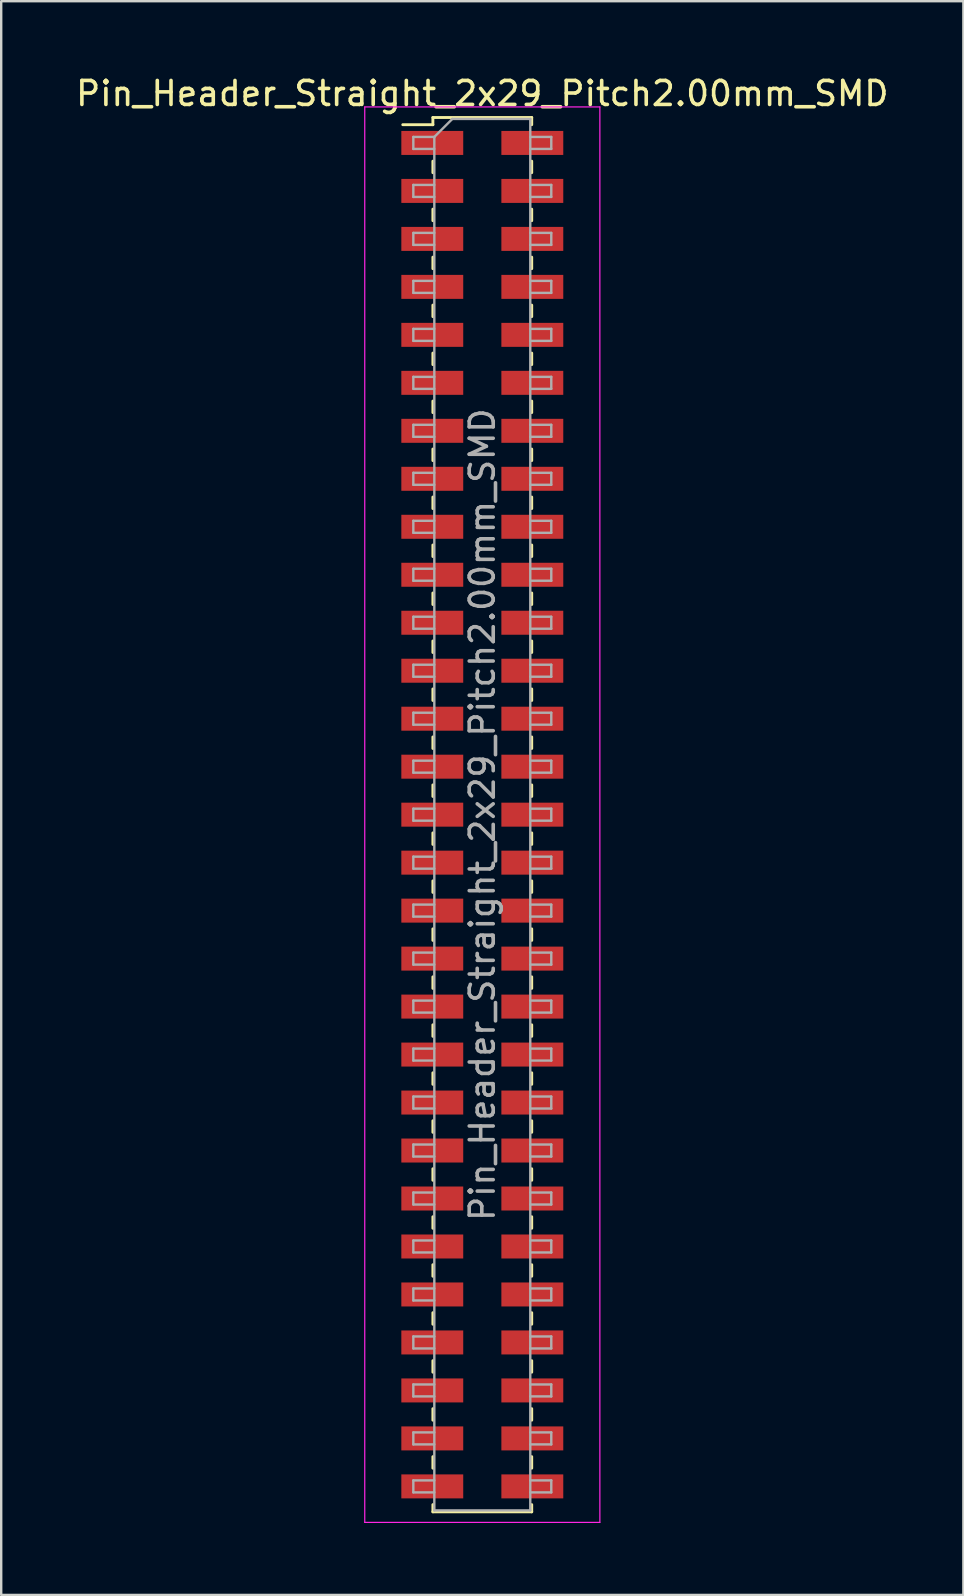
<source format=kicad_pcb>
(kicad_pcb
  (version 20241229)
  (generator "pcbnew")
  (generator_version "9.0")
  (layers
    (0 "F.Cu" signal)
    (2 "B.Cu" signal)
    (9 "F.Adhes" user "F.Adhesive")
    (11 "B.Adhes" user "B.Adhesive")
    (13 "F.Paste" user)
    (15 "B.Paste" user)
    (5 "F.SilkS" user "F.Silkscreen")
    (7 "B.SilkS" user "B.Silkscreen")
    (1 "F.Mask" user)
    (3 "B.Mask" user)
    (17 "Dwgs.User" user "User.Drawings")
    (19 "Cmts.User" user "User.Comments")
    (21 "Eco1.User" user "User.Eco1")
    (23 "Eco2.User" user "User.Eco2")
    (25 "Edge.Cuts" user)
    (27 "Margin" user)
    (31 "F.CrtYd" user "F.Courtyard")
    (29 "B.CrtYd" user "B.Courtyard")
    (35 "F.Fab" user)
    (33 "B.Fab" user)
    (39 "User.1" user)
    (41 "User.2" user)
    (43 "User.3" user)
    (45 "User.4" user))
  (footprint "Pin_Header_Straight_2x29_Pitch2.00mm_SMD"
    (layer "F.Cu")
    (at 17.054 30.908)
    (property "Reference" "Pin_Header_Straight_2x29_Pitch2.00mm_SMD" (at 0 -30.06 0) (layer "F.SilkS") (effects (font (size 1 1) (thickness 0.15))))
    (attr smd)
    (fp_line (start -3.315 -28.76) (end -2.06 -28.76) (stroke (width 0.12) (type solid)) (layer "F.SilkS"))
    (fp_line (start -2.06 -29.06) (end -2.06 -28.76) (stroke (width 0.12) (type solid)) (layer "F.SilkS"))
    (fp_line (start -2.06 -29.06) (end 2.06 -29.06) (stroke (width 0.12) (type solid)) (layer "F.SilkS"))
    (fp_line (start -2.06 -27.24) (end -2.06 -26.76) (stroke (width 0.12) (type solid)) (layer "F.SilkS"))
    (fp_line (start -2.06 -25.24) (end -2.06 -24.76) (stroke (width 0.12) (type solid)) (layer "F.SilkS"))
    (fp_line (start -2.06 -23.24) (end -2.06 -22.76) (stroke (width 0.12) (type solid)) (layer "F.SilkS"))
    (fp_line (start -2.06 -21.24) (end -2.06 -20.76) (stroke (width 0.12) (type solid)) (layer "F.SilkS"))
    (fp_line (start -2.06 -19.24) (end -2.06 -18.76) (stroke (width 0.12) (type solid)) (layer "F.SilkS"))
    (fp_line (start -2.06 -17.24) (end -2.06 -16.76) (stroke (width 0.12) (type solid)) (layer "F.SilkS"))
    (fp_line (start -2.06 -15.24) (end -2.06 -14.76) (stroke (width 0.12) (type solid)) (layer "F.SilkS"))
    (fp_line (start -2.06 -13.24) (end -2.06 -12.76) (stroke (width 0.12) (type solid)) (layer "F.SilkS"))
    (fp_line (start -2.06 -11.24) (end -2.06 -10.76) (stroke (width 0.12) (type solid)) (layer "F.SilkS"))
    (fp_line (start -2.06 -9.24) (end -2.06 -8.76) (stroke (width 0.12) (type solid)) (layer "F.SilkS"))
    (fp_line (start -2.06 -7.24) (end -2.06 -6.76) (stroke (width 0.12) (type solid)) (layer "F.SilkS"))
    (fp_line (start -2.06 -5.24) (end -2.06 -4.76) (stroke (width 0.12) (type solid)) (layer "F.SilkS"))
    (fp_line (start -2.06 -3.24) (end -2.06 -2.76) (stroke (width 0.12) (type solid)) (layer "F.SilkS"))
    (fp_line (start -2.06 -1.24) (end -2.06 -0.76) (stroke (width 0.12) (type solid)) (layer "F.SilkS"))
    (fp_line (start -2.06 0.76) (end -2.06 1.24) (stroke (width 0.12) (type solid)) (layer "F.SilkS"))
    (fp_line (start -2.06 2.76) (end -2.06 3.24) (stroke (width 0.12) (type solid)) (layer "F.SilkS"))
    (fp_line (start -2.06 4.76) (end -2.06 5.24) (stroke (width 0.12) (type solid)) (layer "F.SilkS"))
    (fp_line (start -2.06 6.76) (end -2.06 7.24) (stroke (width 0.12) (type solid)) (layer "F.SilkS"))
    (fp_line (start -2.06 8.76) (end -2.06 9.24) (stroke (width 0.12) (type solid)) (layer "F.SilkS"))
    (fp_line (start -2.06 10.76) (end -2.06 11.24) (stroke (width 0.12) (type solid)) (layer "F.SilkS"))
    (fp_line (start -2.06 12.76) (end -2.06 13.24) (stroke (width 0.12) (type solid)) (layer "F.SilkS"))
    (fp_line (start -2.06 14.76) (end -2.06 15.24) (stroke (width 0.12) (type solid)) (layer "F.SilkS"))
    (fp_line (start -2.06 16.76) (end -2.06 17.24) (stroke (width 0.12) (type solid)) (layer "F.SilkS"))
    (fp_line (start -2.06 18.76) (end -2.06 19.24) (stroke (width 0.12) (type solid)) (layer "F.SilkS"))
    (fp_line (start -2.06 20.76) (end -2.06 21.24) (stroke (width 0.12) (type solid)) (layer "F.SilkS"))
    (fp_line (start -2.06 22.76) (end -2.06 23.24) (stroke (width 0.12) (type solid)) (layer "F.SilkS"))
    (fp_line (start -2.06 24.76) (end -2.06 25.24) (stroke (width 0.12) (type solid)) (layer "F.SilkS"))
    (fp_line (start -2.06 26.76) (end -2.06 27.24) (stroke (width 0.12) (type solid)) (layer "F.SilkS"))
    (fp_line (start -2.06 28.76) (end -2.06 29.06) (stroke (width 0.12) (type solid)) (layer "F.SilkS"))
    (fp_line (start -2.06 29.06) (end 2.06 29.06) (stroke (width 0.12) (type solid)) (layer "F.SilkS"))
    (fp_line (start 2.06 -29.06) (end 2.06 -28.76) (stroke (width 0.12) (type solid)) (layer "F.SilkS"))
    (fp_line (start 2.06 -27.24) (end 2.06 -26.76) (stroke (width 0.12) (type solid)) (layer "F.SilkS"))
    (fp_line (start 2.06 -25.24) (end 2.06 -24.76) (stroke (width 0.12) (type solid)) (layer "F.SilkS"))
    (fp_line (start 2.06 -23.24) (end 2.06 -22.76) (stroke (width 0.12) (type solid)) (layer "F.SilkS"))
    (fp_line (start 2.06 -21.24) (end 2.06 -20.76) (stroke (width 0.12) (type solid)) (layer "F.SilkS"))
    (fp_line (start 2.06 -19.24) (end 2.06 -18.76) (stroke (width 0.12) (type solid)) (layer "F.SilkS"))
    (fp_line (start 2.06 -17.24) (end 2.06 -16.76) (stroke (width 0.12) (type solid)) (layer "F.SilkS"))
    (fp_line (start 2.06 -15.24) (end 2.06 -14.76) (stroke (width 0.12) (type solid)) (layer "F.SilkS"))
    (fp_line (start 2.06 -13.24) (end 2.06 -12.76) (stroke (width 0.12) (type solid)) (layer "F.SilkS"))
    (fp_line (start 2.06 -11.24) (end 2.06 -10.76) (stroke (width 0.12) (type solid)) (layer "F.SilkS"))
    (fp_line (start 2.06 -9.24) (end 2.06 -8.76) (stroke (width 0.12) (type solid)) (layer "F.SilkS"))
    (fp_line (start 2.06 -7.24) (end 2.06 -6.76) (stroke (width 0.12) (type solid)) (layer "F.SilkS"))
    (fp_line (start 2.06 -5.24) (end 2.06 -4.76) (stroke (width 0.12) (type solid)) (layer "F.SilkS"))
    (fp_line (start 2.06 -3.24) (end 2.06 -2.76) (stroke (width 0.12) (type solid)) (layer "F.SilkS"))
    (fp_line (start 2.06 -1.24) (end 2.06 -0.76) (stroke (width 0.12) (type solid)) (layer "F.SilkS"))
    (fp_line (start 2.06 0.76) (end 2.06 1.24) (stroke (width 0.12) (type solid)) (layer "F.SilkS"))
    (fp_line (start 2.06 2.76) (end 2.06 3.24) (stroke (width 0.12) (type solid)) (layer "F.SilkS"))
    (fp_line (start 2.06 4.76) (end 2.06 5.24) (stroke (width 0.12) (type solid)) (layer "F.SilkS"))
    (fp_line (start 2.06 6.76) (end 2.06 7.24) (stroke (width 0.12) (type solid)) (layer "F.SilkS"))
    (fp_line (start 2.06 8.76) (end 2.06 9.24) (stroke (width 0.12) (type solid)) (layer "F.SilkS"))
    (fp_line (start 2.06 10.76) (end 2.06 11.24) (stroke (width 0.12) (type solid)) (layer "F.SilkS"))
    (fp_line (start 2.06 12.76) (end 2.06 13.24) (stroke (width 0.12) (type solid)) (layer "F.SilkS"))
    (fp_line (start 2.06 14.76) (end 2.06 15.24) (stroke (width 0.12) (type solid)) (layer "F.SilkS"))
    (fp_line (start 2.06 16.76) (end 2.06 17.24) (stroke (width 0.12) (type solid)) (layer "F.SilkS"))
    (fp_line (start 2.06 18.76) (end 2.06 19.24) (stroke (width 0.12) (type solid)) (layer "F.SilkS"))
    (fp_line (start 2.06 20.76) (end 2.06 21.24) (stroke (width 0.12) (type solid)) (layer "F.SilkS"))
    (fp_line (start 2.06 22.76) (end 2.06 23.24) (stroke (width 0.12) (type solid)) (layer "F.SilkS"))
    (fp_line (start 2.06 24.76) (end 2.06 25.24) (stroke (width 0.12) (type solid)) (layer "F.SilkS"))
    (fp_line (start 2.06 26.76) (end 2.06 27.24) (stroke (width 0.12) (type solid)) (layer "F.SilkS"))
    (fp_line (start 2.06 28.76) (end 2.06 29.06) (stroke (width 0.12) (type solid)) (layer "F.SilkS"))
    (fp_line (start -4.9 -29.5) (end -4.9 29.5) (stroke (width 0.05) (type solid)) (layer "F.CrtYd"))
    (fp_line (start -4.9 29.5) (end 4.9 29.5) (stroke (width 0.05) (type solid)) (layer "F.CrtYd"))
    (fp_line (start 4.9 -29.5) (end -4.9 -29.5) (stroke (width 0.05) (type solid)) (layer "F.CrtYd"))
    (fp_line (start 4.9 29.5) (end 4.9 -29.5) (stroke (width 0.05) (type solid)) (layer "F.CrtYd"))
    (fp_line (start -2.875 -28.25) (end -2.875 -27.75) (stroke (width 0.1) (type solid)) (layer "F.Fab"))
    (fp_line (start -2.875 -27.75) (end -2 -27.75) (stroke (width 0.1) (type solid)) (layer "F.Fab"))
    (fp_line (start -2.875 -26.25) (end -2.875 -25.75) (stroke (width 0.1) (type solid)) (layer "F.Fab"))
    (fp_line (start -2.875 -25.75) (end -2 -25.75) (stroke (width 0.1) (type solid)) (layer "F.Fab"))
    (fp_line (start -2.875 -24.25) (end -2.875 -23.75) (stroke (width 0.1) (type solid)) (layer "F.Fab"))
    (fp_line (start -2.875 -23.75) (end -2 -23.75) (stroke (width 0.1) (type solid)) (layer "F.Fab"))
    (fp_line (start -2.875 -22.25) (end -2.875 -21.75) (stroke (width 0.1) (type solid)) (layer "F.Fab"))
    (fp_line (start -2.875 -21.75) (end -2 -21.75) (stroke (width 0.1) (type solid)) (layer "F.Fab"))
    (fp_line (start -2.875 -20.25) (end -2.875 -19.75) (stroke (width 0.1) (type solid)) (layer "F.Fab"))
    (fp_line (start -2.875 -19.75) (end -2 -19.75) (stroke (width 0.1) (type solid)) (layer "F.Fab"))
    (fp_line (start -2.875 -18.25) (end -2.875 -17.75) (stroke (width 0.1) (type solid)) (layer "F.Fab"))
    (fp_line (start -2.875 -17.75) (end -2 -17.75) (stroke (width 0.1) (type solid)) (layer "F.Fab"))
    (fp_line (start -2.875 -16.25) (end -2.875 -15.75) (stroke (width 0.1) (type solid)) (layer "F.Fab"))
    (fp_line (start -2.875 -15.75) (end -2 -15.75) (stroke (width 0.1) (type solid)) (layer "F.Fab"))
    (fp_line (start -2.875 -14.25) (end -2.875 -13.75) (stroke (width 0.1) (type solid)) (layer "F.Fab"))
    (fp_line (start -2.875 -13.75) (end -2 -13.75) (stroke (width 0.1) (type solid)) (layer "F.Fab"))
    (fp_line (start -2.875 -12.25) (end -2.875 -11.75) (stroke (width 0.1) (type solid)) (layer "F.Fab"))
    (fp_line (start -2.875 -11.75) (end -2 -11.75) (stroke (width 0.1) (type solid)) (layer "F.Fab"))
    (fp_line (start -2.875 -10.25) (end -2.875 -9.75) (stroke (width 0.1) (type solid)) (layer "F.Fab"))
    (fp_line (start -2.875 -9.75) (end -2 -9.75) (stroke (width 0.1) (type solid)) (layer "F.Fab"))
    (fp_line (start -2.875 -8.25) (end -2.875 -7.75) (stroke (width 0.1) (type solid)) (layer "F.Fab"))
    (fp_line (start -2.875 -7.75) (end -2 -7.75) (stroke (width 0.1) (type solid)) (layer "F.Fab"))
    (fp_line (start -2.875 -6.25) (end -2.875 -5.75) (stroke (width 0.1) (type solid)) (layer "F.Fab"))
    (fp_line (start -2.875 -5.75) (end -2 -5.75) (stroke (width 0.1) (type solid)) (layer "F.Fab"))
    (fp_line (start -2.875 -4.25) (end -2.875 -3.75) (stroke (width 0.1) (type solid)) (layer "F.Fab"))
    (fp_line (start -2.875 -3.75) (end -2 -3.75) (stroke (width 0.1) (type solid)) (layer "F.Fab"))
    (fp_line (start -2.875 -2.25) (end -2.875 -1.75) (stroke (width 0.1) (type solid)) (layer "F.Fab"))
    (fp_line (start -2.875 -1.75) (end -2 -1.75) (stroke (width 0.1) (type solid)) (layer "F.Fab"))
    (fp_line (start -2.875 -0.25) (end -2.875 0.25) (stroke (width 0.1) (type solid)) (layer "F.Fab"))
    (fp_line (start -2.875 0.25) (end -2 0.25) (stroke (width 0.1) (type solid)) (layer "F.Fab"))
    (fp_line (start -2.875 1.75) (end -2.875 2.25) (stroke (width 0.1) (type solid)) (layer "F.Fab"))
    (fp_line (start -2.875 2.25) (end -2 2.25) (stroke (width 0.1) (type solid)) (layer "F.Fab"))
    (fp_line (start -2.875 3.75) (end -2.875 4.25) (stroke (width 0.1) (type solid)) (layer "F.Fab"))
    (fp_line (start -2.875 4.25) (end -2 4.25) (stroke (width 0.1) (type solid)) (layer "F.Fab"))
    (fp_line (start -2.875 5.75) (end -2.875 6.25) (stroke (width 0.1) (type solid)) (layer "F.Fab"))
    (fp_line (start -2.875 6.25) (end -2 6.25) (stroke (width 0.1) (type solid)) (layer "F.Fab"))
    (fp_line (start -2.875 7.75) (end -2.875 8.25) (stroke (width 0.1) (type solid)) (layer "F.Fab"))
    (fp_line (start -2.875 8.25) (end -2 8.25) (stroke (width 0.1) (type solid)) (layer "F.Fab"))
    (fp_line (start -2.875 9.75) (end -2.875 10.25) (stroke (width 0.1) (type solid)) (layer "F.Fab"))
    (fp_line (start -2.875 10.25) (end -2 10.25) (stroke (width 0.1) (type solid)) (layer "F.Fab"))
    (fp_line (start -2.875 11.75) (end -2.875 12.25) (stroke (width 0.1) (type solid)) (layer "F.Fab"))
    (fp_line (start -2.875 12.25) (end -2 12.25) (stroke (width 0.1) (type solid)) (layer "F.Fab"))
    (fp_line (start -2.875 13.75) (end -2.875 14.25) (stroke (width 0.1) (type solid)) (layer "F.Fab"))
    (fp_line (start -2.875 14.25) (end -2 14.25) (stroke (width 0.1) (type solid)) (layer "F.Fab"))
    (fp_line (start -2.875 15.75) (end -2.875 16.25) (stroke (width 0.1) (type solid)) (layer "F.Fab"))
    (fp_line (start -2.875 16.25) (end -2 16.25) (stroke (width 0.1) (type solid)) (layer "F.Fab"))
    (fp_line (start -2.875 17.75) (end -2.875 18.25) (stroke (width 0.1) (type solid)) (layer "F.Fab"))
    (fp_line (start -2.875 18.25) (end -2 18.25) (stroke (width 0.1) (type solid)) (layer "F.Fab"))
    (fp_line (start -2.875 19.75) (end -2.875 20.25) (stroke (width 0.1) (type solid)) (layer "F.Fab"))
    (fp_line (start -2.875 20.25) (end -2 20.25) (stroke (width 0.1) (type solid)) (layer "F.Fab"))
    (fp_line (start -2.875 21.75) (end -2.875 22.25) (stroke (width 0.1) (type solid)) (layer "F.Fab"))
    (fp_line (start -2.875 22.25) (end -2 22.25) (stroke (width 0.1) (type solid)) (layer "F.Fab"))
    (fp_line (start -2.875 23.75) (end -2.875 24.25) (stroke (width 0.1) (type solid)) (layer "F.Fab"))
    (fp_line (start -2.875 24.25) (end -2 24.25) (stroke (width 0.1) (type solid)) (layer "F.Fab"))
    (fp_line (start -2.875 25.75) (end -2.875 26.25) (stroke (width 0.1) (type solid)) (layer "F.Fab"))
    (fp_line (start -2.875 26.25) (end -2 26.25) (stroke (width 0.1) (type solid)) (layer "F.Fab"))
    (fp_line (start -2.875 27.75) (end -2.875 28.25) (stroke (width 0.1) (type solid)) (layer "F.Fab"))
    (fp_line (start -2.875 28.25) (end -2 28.25) (stroke (width 0.1) (type solid)) (layer "F.Fab"))
    (fp_line (start -2 -28.25) (end -2.875 -28.25) (stroke (width 0.1) (type solid)) (layer "F.Fab"))
    (fp_line (start -2 -28.25) (end -1.25 -29) (stroke (width 0.1) (type solid)) (layer "F.Fab"))
    (fp_line (start -2 -26.25) (end -2.875 -26.25) (stroke (width 0.1) (type solid)) (layer "F.Fab"))
    (fp_line (start -2 -24.25) (end -2.875 -24.25) (stroke (width 0.1) (type solid)) (layer "F.Fab"))
    (fp_line (start -2 -22.25) (end -2.875 -22.25) (stroke (width 0.1) (type solid)) (layer "F.Fab"))
    (fp_line (start -2 -20.25) (end -2.875 -20.25) (stroke (width 0.1) (type solid)) (layer "F.Fab"))
    (fp_line (start -2 -18.25) (end -2.875 -18.25) (stroke (width 0.1) (type solid)) (layer "F.Fab"))
    (fp_line (start -2 -16.25) (end -2.875 -16.25) (stroke (width 0.1) (type solid)) (layer "F.Fab"))
    (fp_line (start -2 -14.25) (end -2.875 -14.25) (stroke (width 0.1) (type solid)) (layer "F.Fab"))
    (fp_line (start -2 -12.25) (end -2.875 -12.25) (stroke (width 0.1) (type solid)) (layer "F.Fab"))
    (fp_line (start -2 -10.25) (end -2.875 -10.25) (stroke (width 0.1) (type solid)) (layer "F.Fab"))
    (fp_line (start -2 -8.25) (end -2.875 -8.25) (stroke (width 0.1) (type solid)) (layer "F.Fab"))
    (fp_line (start -2 -6.25) (end -2.875 -6.25) (stroke (width 0.1) (type solid)) (layer "F.Fab"))
    (fp_line (start -2 -4.25) (end -2.875 -4.25) (stroke (width 0.1) (type solid)) (layer "F.Fab"))
    (fp_line (start -2 -2.25) (end -2.875 -2.25) (stroke (width 0.1) (type solid)) (layer "F.Fab"))
    (fp_line (start -2 -0.25) (end -2.875 -0.25) (stroke (width 0.1) (type solid)) (layer "F.Fab"))
    (fp_line (start -2 1.75) (end -2.875 1.75) (stroke (width 0.1) (type solid)) (layer "F.Fab"))
    (fp_line (start -2 3.75) (end -2.875 3.75) (stroke (width 0.1) (type solid)) (layer "F.Fab"))
    (fp_line (start -2 5.75) (end -2.875 5.75) (stroke (width 0.1) (type solid)) (layer "F.Fab"))
    (fp_line (start -2 7.75) (end -2.875 7.75) (stroke (width 0.1) (type solid)) (layer "F.Fab"))
    (fp_line (start -2 9.75) (end -2.875 9.75) (stroke (width 0.1) (type solid)) (layer "F.Fab"))
    (fp_line (start -2 11.75) (end -2.875 11.75) (stroke (width 0.1) (type solid)) (layer "F.Fab"))
    (fp_line (start -2 13.75) (end -2.875 13.75) (stroke (width 0.1) (type solid)) (layer "F.Fab"))
    (fp_line (start -2 15.75) (end -2.875 15.75) (stroke (width 0.1) (type solid)) (layer "F.Fab"))
    (fp_line (start -2 17.75) (end -2.875 17.75) (stroke (width 0.1) (type solid)) (layer "F.Fab"))
    (fp_line (start -2 19.75) (end -2.875 19.75) (stroke (width 0.1) (type solid)) (layer "F.Fab"))
    (fp_line (start -2 21.75) (end -2.875 21.75) (stroke (width 0.1) (type solid)) (layer "F.Fab"))
    (fp_line (start -2 23.75) (end -2.875 23.75) (stroke (width 0.1) (type solid)) (layer "F.Fab"))
    (fp_line (start -2 25.75) (end -2.875 25.75) (stroke (width 0.1) (type solid)) (layer "F.Fab"))
    (fp_line (start -2 27.75) (end -2.875 27.75) (stroke (width 0.1) (type solid)) (layer "F.Fab"))
    (fp_line (start -2 29) (end -2 -28.25) (stroke (width 0.1) (type solid)) (layer "F.Fab"))
    (fp_line (start -1.25 -29) (end 2 -29) (stroke (width 0.1) (type solid)) (layer "F.Fab"))
    (fp_line (start 2 -29) (end 2 29) (stroke (width 0.1) (type solid)) (layer "F.Fab"))
    (fp_line (start 2 -28.25) (end 2.875 -28.25) (stroke (width 0.1) (type solid)) (layer "F.Fab"))
    (fp_line (start 2 -26.25) (end 2.875 -26.25) (stroke (width 0.1) (type solid)) (layer "F.Fab"))
    (fp_line (start 2 -24.25) (end 2.875 -24.25) (stroke (width 0.1) (type solid)) (layer "F.Fab"))
    (fp_line (start 2 -22.25) (end 2.875 -22.25) (stroke (width 0.1) (type solid)) (layer "F.Fab"))
    (fp_line (start 2 -20.25) (end 2.875 -20.25) (stroke (width 0.1) (type solid)) (layer "F.Fab"))
    (fp_line (start 2 -18.25) (end 2.875 -18.25) (stroke (width 0.1) (type solid)) (layer "F.Fab"))
    (fp_line (start 2 -16.25) (end 2.875 -16.25) (stroke (width 0.1) (type solid)) (layer "F.Fab"))
    (fp_line (start 2 -14.25) (end 2.875 -14.25) (stroke (width 0.1) (type solid)) (layer "F.Fab"))
    (fp_line (start 2 -12.25) (end 2.875 -12.25) (stroke (width 0.1) (type solid)) (layer "F.Fab"))
    (fp_line (start 2 -10.25) (end 2.875 -10.25) (stroke (width 0.1) (type solid)) (layer "F.Fab"))
    (fp_line (start 2 -8.25) (end 2.875 -8.25) (stroke (width 0.1) (type solid)) (layer "F.Fab"))
    (fp_line (start 2 -6.25) (end 2.875 -6.25) (stroke (width 0.1) (type solid)) (layer "F.Fab"))
    (fp_line (start 2 -4.25) (end 2.875 -4.25) (stroke (width 0.1) (type solid)) (layer "F.Fab"))
    (fp_line (start 2 -2.25) (end 2.875 -2.25) (stroke (width 0.1) (type solid)) (layer "F.Fab"))
    (fp_line (start 2 -0.25) (end 2.875 -0.25) (stroke (width 0.1) (type solid)) (layer "F.Fab"))
    (fp_line (start 2 1.75) (end 2.875 1.75) (stroke (width 0.1) (type solid)) (layer "F.Fab"))
    (fp_line (start 2 3.75) (end 2.875 3.75) (stroke (width 0.1) (type solid)) (layer "F.Fab"))
    (fp_line (start 2 5.75) (end 2.875 5.75) (stroke (width 0.1) (type solid)) (layer "F.Fab"))
    (fp_line (start 2 7.75) (end 2.875 7.75) (stroke (width 0.1) (type solid)) (layer "F.Fab"))
    (fp_line (start 2 9.75) (end 2.875 9.75) (stroke (width 0.1) (type solid)) (layer "F.Fab"))
    (fp_line (start 2 11.75) (end 2.875 11.75) (stroke (width 0.1) (type solid)) (layer "F.Fab"))
    (fp_line (start 2 13.75) (end 2.875 13.75) (stroke (width 0.1) (type solid)) (layer "F.Fab"))
    (fp_line (start 2 15.75) (end 2.875 15.75) (stroke (width 0.1) (type solid)) (layer "F.Fab"))
    (fp_line (start 2 17.75) (end 2.875 17.75) (stroke (width 0.1) (type solid)) (layer "F.Fab"))
    (fp_line (start 2 19.75) (end 2.875 19.75) (stroke (width 0.1) (type solid)) (layer "F.Fab"))
    (fp_line (start 2 21.75) (end 2.875 21.75) (stroke (width 0.1) (type solid)) (layer "F.Fab"))
    (fp_line (start 2 23.75) (end 2.875 23.75) (stroke (width 0.1) (type solid)) (layer "F.Fab"))
    (fp_line (start 2 25.75) (end 2.875 25.75) (stroke (width 0.1) (type solid)) (layer "F.Fab"))
    (fp_line (start 2 27.75) (end 2.875 27.75) (stroke (width 0.1) (type solid)) (layer "F.Fab"))
    (fp_line (start 2 29) (end -2 29) (stroke (width 0.1) (type solid)) (layer "F.Fab"))
    (fp_line (start 2.875 -28.25) (end 2.875 -27.75) (stroke (width 0.1) (type solid)) (layer "F.Fab"))
    (fp_line (start 2.875 -27.75) (end 2 -27.75) (stroke (width 0.1) (type solid)) (layer "F.Fab"))
    (fp_line (start 2.875 -26.25) (end 2.875 -25.75) (stroke (width 0.1) (type solid)) (layer "F.Fab"))
    (fp_line (start 2.875 -25.75) (end 2 -25.75) (stroke (width 0.1) (type solid)) (layer "F.Fab"))
    (fp_line (start 2.875 -24.25) (end 2.875 -23.75) (stroke (width 0.1) (type solid)) (layer "F.Fab"))
    (fp_line (start 2.875 -23.75) (end 2 -23.75) (stroke (width 0.1) (type solid)) (layer "F.Fab"))
    (fp_line (start 2.875 -22.25) (end 2.875 -21.75) (stroke (width 0.1) (type solid)) (layer "F.Fab"))
    (fp_line (start 2.875 -21.75) (end 2 -21.75) (stroke (width 0.1) (type solid)) (layer "F.Fab"))
    (fp_line (start 2.875 -20.25) (end 2.875 -19.75) (stroke (width 0.1) (type solid)) (layer "F.Fab"))
    (fp_line (start 2.875 -19.75) (end 2 -19.75) (stroke (width 0.1) (type solid)) (layer "F.Fab"))
    (fp_line (start 2.875 -18.25) (end 2.875 -17.75) (stroke (width 0.1) (type solid)) (layer "F.Fab"))
    (fp_line (start 2.875 -17.75) (end 2 -17.75) (stroke (width 0.1) (type solid)) (layer "F.Fab"))
    (fp_line (start 2.875 -16.25) (end 2.875 -15.75) (stroke (width 0.1) (type solid)) (layer "F.Fab"))
    (fp_line (start 2.875 -15.75) (end 2 -15.75) (stroke (width 0.1) (type solid)) (layer "F.Fab"))
    (fp_line (start 2.875 -14.25) (end 2.875 -13.75) (stroke (width 0.1) (type solid)) (layer "F.Fab"))
    (fp_line (start 2.875 -13.75) (end 2 -13.75) (stroke (width 0.1) (type solid)) (layer "F.Fab"))
    (fp_line (start 2.875 -12.25) (end 2.875 -11.75) (stroke (width 0.1) (type solid)) (layer "F.Fab"))
    (fp_line (start 2.875 -11.75) (end 2 -11.75) (stroke (width 0.1) (type solid)) (layer "F.Fab"))
    (fp_line (start 2.875 -10.25) (end 2.875 -9.75) (stroke (width 0.1) (type solid)) (layer "F.Fab"))
    (fp_line (start 2.875 -9.75) (end 2 -9.75) (stroke (width 0.1) (type solid)) (layer "F.Fab"))
    (fp_line (start 2.875 -8.25) (end 2.875 -7.75) (stroke (width 0.1) (type solid)) (layer "F.Fab"))
    (fp_line (start 2.875 -7.75) (end 2 -7.75) (stroke (width 0.1) (type solid)) (layer "F.Fab"))
    (fp_line (start 2.875 -6.25) (end 2.875 -5.75) (stroke (width 0.1) (type solid)) (layer "F.Fab"))
    (fp_line (start 2.875 -5.75) (end 2 -5.75) (stroke (width 0.1) (type solid)) (layer "F.Fab"))
    (fp_line (start 2.875 -4.25) (end 2.875 -3.75) (stroke (width 0.1) (type solid)) (layer "F.Fab"))
    (fp_line (start 2.875 -3.75) (end 2 -3.75) (stroke (width 0.1) (type solid)) (layer "F.Fab"))
    (fp_line (start 2.875 -2.25) (end 2.875 -1.75) (stroke (width 0.1) (type solid)) (layer "F.Fab"))
    (fp_line (start 2.875 -1.75) (end 2 -1.75) (stroke (width 0.1) (type solid)) (layer "F.Fab"))
    (fp_line (start 2.875 -0.25) (end 2.875 0.25) (stroke (width 0.1) (type solid)) (layer "F.Fab"))
    (fp_line (start 2.875 0.25) (end 2 0.25) (stroke (width 0.1) (type solid)) (layer "F.Fab"))
    (fp_line (start 2.875 1.75) (end 2.875 2.25) (stroke (width 0.1) (type solid)) (layer "F.Fab"))
    (fp_line (start 2.875 2.25) (end 2 2.25) (stroke (width 0.1) (type solid)) (layer "F.Fab"))
    (fp_line (start 2.875 3.75) (end 2.875 4.25) (stroke (width 0.1) (type solid)) (layer "F.Fab"))
    (fp_line (start 2.875 4.25) (end 2 4.25) (stroke (width 0.1) (type solid)) (layer "F.Fab"))
    (fp_line (start 2.875 5.75) (end 2.875 6.25) (stroke (width 0.1) (type solid)) (layer "F.Fab"))
    (fp_line (start 2.875 6.25) (end 2 6.25) (stroke (width 0.1) (type solid)) (layer "F.Fab"))
    (fp_line (start 2.875 7.75) (end 2.875 8.25) (stroke (width 0.1) (type solid)) (layer "F.Fab"))
    (fp_line (start 2.875 8.25) (end 2 8.25) (stroke (width 0.1) (type solid)) (layer "F.Fab"))
    (fp_line (start 2.875 9.75) (end 2.875 10.25) (stroke (width 0.1) (type solid)) (layer "F.Fab"))
    (fp_line (start 2.875 10.25) (end 2 10.25) (stroke (width 0.1) (type solid)) (layer "F.Fab"))
    (fp_line (start 2.875 11.75) (end 2.875 12.25) (stroke (width 0.1) (type solid)) (layer "F.Fab"))
    (fp_line (start 2.875 12.25) (end 2 12.25) (stroke (width 0.1) (type solid)) (layer "F.Fab"))
    (fp_line (start 2.875 13.75) (end 2.875 14.25) (stroke (width 0.1) (type solid)) (layer "F.Fab"))
    (fp_line (start 2.875 14.25) (end 2 14.25) (stroke (width 0.1) (type solid)) (layer "F.Fab"))
    (fp_line (start 2.875 15.75) (end 2.875 16.25) (stroke (width 0.1) (type solid)) (layer "F.Fab"))
    (fp_line (start 2.875 16.25) (end 2 16.25) (stroke (width 0.1) (type solid)) (layer "F.Fab"))
    (fp_line (start 2.875 17.75) (end 2.875 18.25) (stroke (width 0.1) (type solid)) (layer "F.Fab"))
    (fp_line (start 2.875 18.25) (end 2 18.25) (stroke (width 0.1) (type solid)) (layer "F.Fab"))
    (fp_line (start 2.875 19.75) (end 2.875 20.25) (stroke (width 0.1) (type solid)) (layer "F.Fab"))
    (fp_line (start 2.875 20.25) (end 2 20.25) (stroke (width 0.1) (type solid)) (layer "F.Fab"))
    (fp_line (start 2.875 21.75) (end 2.875 22.25) (stroke (width 0.1) (type solid)) (layer "F.Fab"))
    (fp_line (start 2.875 22.25) (end 2 22.25) (stroke (width 0.1) (type solid)) (layer "F.Fab"))
    (fp_line (start 2.875 23.75) (end 2.875 24.25) (stroke (width 0.1) (type solid)) (layer "F.Fab"))
    (fp_line (start 2.875 24.25) (end 2 24.25) (stroke (width 0.1) (type solid)) (layer "F.Fab"))
    (fp_line (start 2.875 25.75) (end 2.875 26.25) (stroke (width 0.1) (type solid)) (layer "F.Fab"))
    (fp_line (start 2.875 26.25) (end 2 26.25) (stroke (width 0.1) (type solid)) (layer "F.Fab"))
    (fp_line (start 2.875 27.75) (end 2.875 28.25) (stroke (width 0.1) (type solid)) (layer "F.Fab"))
    (fp_line (start 2.875 28.25) (end 2 28.25) (stroke (width 0.1) (type solid)) (layer "F.Fab"))
    (fp_text user "${REFERENCE}" (at 0 0 90) (layer "F.Fab") (effects (font (size 1 1) (thickness 0.15))))
    (pad "1" smd rect (at -2.085 -28) (size 2.58 1) (layers "F.Cu" "F.Mask" "F.Paste"))
    (pad "2" smd rect (at 2.085 -28) (size 2.58 1) (layers "F.Cu" "F.Mask" "F.Paste"))
    (pad "3" smd rect (at -2.085 -26) (size 2.58 1) (layers "F.Cu" "F.Mask" "F.Paste"))
    (pad "4" smd rect (at 2.085 -26) (size 2.58 1) (layers "F.Cu" "F.Mask" "F.Paste"))
    (pad "5" smd rect (at -2.085 -24) (size 2.58 1) (layers "F.Cu" "F.Mask" "F.Paste"))
    (pad "6" smd rect (at 2.085 -24) (size 2.58 1) (layers "F.Cu" "F.Mask" "F.Paste"))
    (pad "7" smd rect (at -2.085 -22) (size 2.58 1) (layers "F.Cu" "F.Mask" "F.Paste"))
    (pad "8" smd rect (at 2.085 -22) (size 2.58 1) (layers "F.Cu" "F.Mask" "F.Paste"))
    (pad "9" smd rect (at -2.085 -20) (size 2.58 1) (layers "F.Cu" "F.Mask" "F.Paste"))
    (pad "10" smd rect (at 2.085 -20) (size 2.58 1) (layers "F.Cu" "F.Mask" "F.Paste"))
    (pad "11" smd rect (at -2.085 -18) (size 2.58 1) (layers "F.Cu" "F.Mask" "F.Paste"))
    (pad "12" smd rect (at 2.085 -18) (size 2.58 1) (layers "F.Cu" "F.Mask" "F.Paste"))
    (pad "13" smd rect (at -2.085 -16) (size 2.58 1) (layers "F.Cu" "F.Mask" "F.Paste"))
    (pad "14" smd rect (at 2.085 -16) (size 2.58 1) (layers "F.Cu" "F.Mask" "F.Paste"))
    (pad "15" smd rect (at -2.085 -14) (size 2.58 1) (layers "F.Cu" "F.Mask" "F.Paste"))
    (pad "16" smd rect (at 2.085 -14) (size 2.58 1) (layers "F.Cu" "F.Mask" "F.Paste"))
    (pad "17" smd rect (at -2.085 -12) (size 2.58 1) (layers "F.Cu" "F.Mask" "F.Paste"))
    (pad "18" smd rect (at 2.085 -12) (size 2.58 1) (layers "F.Cu" "F.Mask" "F.Paste"))
    (pad "19" smd rect (at -2.085 -10) (size 2.58 1) (layers "F.Cu" "F.Mask" "F.Paste"))
    (pad "20" smd rect (at 2.085 -10) (size 2.58 1) (layers "F.Cu" "F.Mask" "F.Paste"))
    (pad "21" smd rect (at -2.085 -8) (size 2.58 1) (layers "F.Cu" "F.Mask" "F.Paste"))
    (pad "22" smd rect (at 2.085 -8) (size 2.58 1) (layers "F.Cu" "F.Mask" "F.Paste"))
    (pad "23" smd rect (at -2.085 -6) (size 2.58 1) (layers "F.Cu" "F.Mask" "F.Paste"))
    (pad "24" smd rect (at 2.085 -6) (size 2.58 1) (layers "F.Cu" "F.Mask" "F.Paste"))
    (pad "25" smd rect (at -2.085 -4) (size 2.58 1) (layers "F.Cu" "F.Mask" "F.Paste"))
    (pad "26" smd rect (at 2.085 -4) (size 2.58 1) (layers "F.Cu" "F.Mask" "F.Paste"))
    (pad "27" smd rect (at -2.085 -2) (size 2.58 1) (layers "F.Cu" "F.Mask" "F.Paste"))
    (pad "28" smd rect (at 2.085 -2) (size 2.58 1) (layers "F.Cu" "F.Mask" "F.Paste"))
    (pad "29" smd rect (at -2.085 0) (size 2.58 1) (layers "F.Cu" "F.Mask" "F.Paste"))
    (pad "30" smd rect (at 2.085 0) (size 2.58 1) (layers "F.Cu" "F.Mask" "F.Paste"))
    (pad "31" smd rect (at -2.085 2) (size 2.58 1) (layers "F.Cu" "F.Mask" "F.Paste"))
    (pad "32" smd rect (at 2.085 2) (size 2.58 1) (layers "F.Cu" "F.Mask" "F.Paste"))
    (pad "33" smd rect (at -2.085 4) (size 2.58 1) (layers "F.Cu" "F.Mask" "F.Paste"))
    (pad "34" smd rect (at 2.085 4) (size 2.58 1) (layers "F.Cu" "F.Mask" "F.Paste"))
    (pad "35" smd rect (at -2.085 6) (size 2.58 1) (layers "F.Cu" "F.Mask" "F.Paste"))
    (pad "36" smd rect (at 2.085 6) (size 2.58 1) (layers "F.Cu" "F.Mask" "F.Paste"))
    (pad "37" smd rect (at -2.085 8) (size 2.58 1) (layers "F.Cu" "F.Mask" "F.Paste"))
    (pad "38" smd rect (at 2.085 8) (size 2.58 1) (layers "F.Cu" "F.Mask" "F.Paste"))
    (pad "39" smd rect (at -2.085 10) (size 2.58 1) (layers "F.Cu" "F.Mask" "F.Paste"))
    (pad "40" smd rect (at 2.085 10) (size 2.58 1) (layers "F.Cu" "F.Mask" "F.Paste"))
    (pad "41" smd rect (at -2.085 12) (size 2.58 1) (layers "F.Cu" "F.Mask" "F.Paste"))
    (pad "42" smd rect (at 2.085 12) (size 2.58 1) (layers "F.Cu" "F.Mask" "F.Paste"))
    (pad "43" smd rect (at -2.085 14) (size 2.58 1) (layers "F.Cu" "F.Mask" "F.Paste"))
    (pad "44" smd rect (at 2.085 14) (size 2.58 1) (layers "F.Cu" "F.Mask" "F.Paste"))
    (pad "45" smd rect (at -2.085 16) (size 2.58 1) (layers "F.Cu" "F.Mask" "F.Paste"))
    (pad "46" smd rect (at 2.085 16) (size 2.58 1) (layers "F.Cu" "F.Mask" "F.Paste"))
    (pad "47" smd rect (at -2.085 18) (size 2.58 1) (layers "F.Cu" "F.Mask" "F.Paste"))
    (pad "48" smd rect (at 2.085 18) (size 2.58 1) (layers "F.Cu" "F.Mask" "F.Paste"))
    (pad "49" smd rect (at -2.085 20) (size 2.58 1) (layers "F.Cu" "F.Mask" "F.Paste"))
    (pad "50" smd rect (at 2.085 20) (size 2.58 1) (layers "F.Cu" "F.Mask" "F.Paste"))
    (pad "51" smd rect (at -2.085 22) (size 2.58 1) (layers "F.Cu" "F.Mask" "F.Paste"))
    (pad "52" smd rect (at 2.085 22) (size 2.58 1) (layers "F.Cu" "F.Mask" "F.Paste"))
    (pad "53" smd rect (at -2.085 24) (size 2.58 1) (layers "F.Cu" "F.Mask" "F.Paste"))
    (pad "54" smd rect (at 2.085 24) (size 2.58 1) (layers "F.Cu" "F.Mask" "F.Paste"))
    (pad "55" smd rect (at -2.085 26) (size 2.58 1) (layers "F.Cu" "F.Mask" "F.Paste"))
    (pad "56" smd rect (at 2.085 26) (size 2.58 1) (layers "F.Cu" "F.Mask" "F.Paste"))
    (pad "57" smd rect (at -2.085 28) (size 2.58 1) (layers "F.Cu" "F.Mask" "F.Paste"))
    (pad "58" smd rect (at 2.085 28) (size 2.58 1) (layers "F.Cu" "F.Mask" "F.Paste")))
  (gr_rect
    (start -3 -3)
    (end 37.107 63.433)
    (stroke (width 0.1) (type default))
    (fill no)
    (layer "Edge.Cuts")))
</source>
